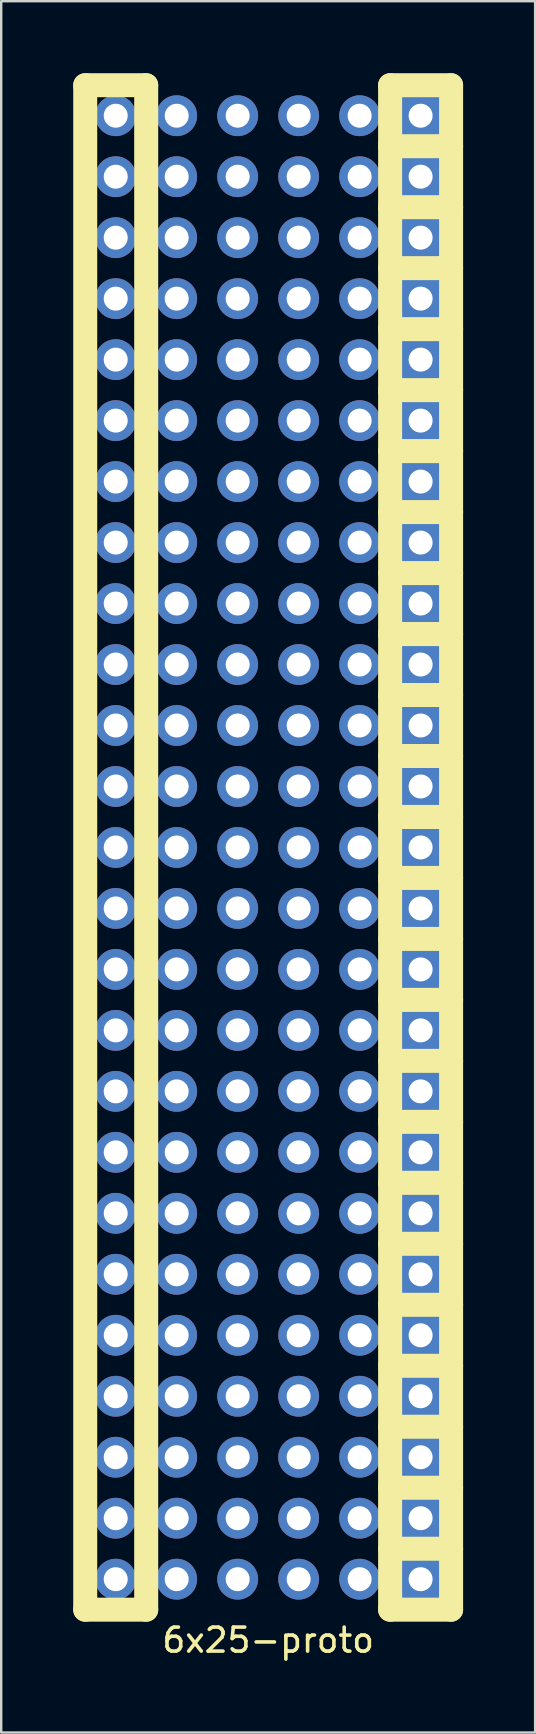
<source format=kicad_pcb>
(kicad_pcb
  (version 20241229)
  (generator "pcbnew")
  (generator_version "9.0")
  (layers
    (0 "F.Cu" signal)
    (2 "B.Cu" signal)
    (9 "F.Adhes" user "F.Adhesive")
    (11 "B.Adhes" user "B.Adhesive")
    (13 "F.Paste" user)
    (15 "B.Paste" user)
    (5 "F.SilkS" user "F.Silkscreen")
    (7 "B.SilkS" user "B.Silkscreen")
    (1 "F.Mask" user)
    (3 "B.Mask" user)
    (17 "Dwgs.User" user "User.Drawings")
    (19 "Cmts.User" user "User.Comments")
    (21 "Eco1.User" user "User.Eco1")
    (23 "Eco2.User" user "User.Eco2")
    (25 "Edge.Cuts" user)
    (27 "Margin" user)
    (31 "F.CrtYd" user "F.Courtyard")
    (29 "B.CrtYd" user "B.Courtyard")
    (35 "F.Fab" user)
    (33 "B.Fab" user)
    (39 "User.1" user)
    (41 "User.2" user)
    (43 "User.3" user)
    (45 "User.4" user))
  (footprint "6x25-proto"
    (layer "F.Cu")
    (at 8.12 32.25)
    (property "Reference" "6x25-proto" (at 0 33.02 0) (layer "F.SilkS") (effects (font (size 1 1) (thickness 0.15))))
    (attr through_hole)
    (fp_line (start -7.62 -31.75) (end -7.62 31.75) (stroke (width 1) (type solid)) (layer "F.SilkS"))
    (fp_line (start -7.62 31.75) (end -5.08 31.75) (stroke (width 1) (type solid)) (layer "F.SilkS"))
    (fp_line (start -5.08 -31.75) (end -7.62 -31.75) (stroke (width 1) (type solid)) (layer "F.SilkS"))
    (fp_line (start -5.08 31.75) (end -5.08 -31.75) (stroke (width 1) (type solid)) (layer "F.SilkS"))
    (fp_line (start 5.08 -31.75) (end 5.08 31.75) (stroke (width 1) (type solid)) (layer "F.SilkS"))
    (fp_line (start 5.08 -29.21) (end 7.62 -29.21) (stroke (width 1) (type solid)) (layer "F.SilkS"))
    (fp_line (start 5.08 -26.67) (end 7.62 -26.67) (stroke (width 1) (type solid)) (layer "F.SilkS"))
    (fp_line (start 5.08 -24.13) (end 7.62 -24.13) (stroke (width 1) (type solid)) (layer "F.SilkS"))
    (fp_line (start 5.08 -21.59) (end 7.62 -21.59) (stroke (width 1) (type solid)) (layer "F.SilkS"))
    (fp_line (start 5.08 -19.05) (end 7.62 -19.05) (stroke (width 1) (type solid)) (layer "F.SilkS"))
    (fp_line (start 5.08 -16.51) (end 7.62 -16.51) (stroke (width 1) (type solid)) (layer "F.SilkS"))
    (fp_line (start 5.08 -13.97) (end 7.62 -13.97) (stroke (width 1) (type solid)) (layer "F.SilkS"))
    (fp_line (start 5.08 -11.43) (end 7.62 -11.43) (stroke (width 1) (type solid)) (layer "F.SilkS"))
    (fp_line (start 5.08 -8.89) (end 7.62 -8.89) (stroke (width 1) (type solid)) (layer "F.SilkS"))
    (fp_line (start 5.08 -6.35) (end 7.62 -6.35) (stroke (width 1) (type solid)) (layer "F.SilkS"))
    (fp_line (start 5.08 -3.81) (end 7.62 -3.81) (stroke (width 1) (type solid)) (layer "F.SilkS"))
    (fp_line (start 5.08 -1.27) (end 7.62 -1.27) (stroke (width 1) (type solid)) (layer "F.SilkS"))
    (fp_line (start 5.08 1.27) (end 7.62 1.27) (stroke (width 1) (type solid)) (layer "F.SilkS"))
    (fp_line (start 5.08 3.81) (end 7.62 3.81) (stroke (width 1) (type solid)) (layer "F.SilkS"))
    (fp_line (start 5.08 6.35) (end 7.62 6.35) (stroke (width 1) (type solid)) (layer "F.SilkS"))
    (fp_line (start 5.08 8.89) (end 7.62 8.89) (stroke (width 1) (type solid)) (layer "F.SilkS"))
    (fp_line (start 5.08 11.43) (end 7.62 11.43) (stroke (width 1) (type solid)) (layer "F.SilkS"))
    (fp_line (start 5.08 13.97) (end 7.62 13.97) (stroke (width 1) (type solid)) (layer "F.SilkS"))
    (fp_line (start 5.08 16.51) (end 7.62 16.51) (stroke (width 1) (type solid)) (layer "F.SilkS"))
    (fp_line (start 5.08 19.05) (end 7.62 19.05) (stroke (width 1) (type solid)) (layer "F.SilkS"))
    (fp_line (start 5.08 21.59) (end 7.62 21.59) (stroke (width 1) (type solid)) (layer "F.SilkS"))
    (fp_line (start 5.08 24.13) (end 7.62 24.13) (stroke (width 1) (type solid)) (layer "F.SilkS"))
    (fp_line (start 5.08 26.67) (end 7.62 26.67) (stroke (width 1) (type solid)) (layer "F.SilkS"))
    (fp_line (start 5.08 29.21) (end 7.62 29.21) (stroke (width 1) (type solid)) (layer "F.SilkS"))
    (fp_line (start 5.08 31.75) (end 7.62 31.75) (stroke (width 1) (type solid)) (layer "F.SilkS"))
    (fp_line (start 7.62 -31.75) (end 5.08 -31.75) (stroke (width 1) (type solid)) (layer "F.SilkS"))
    (fp_line (start 7.62 31.75) (end 7.62 -31.75) (stroke (width 1) (type solid)) (layer "F.SilkS"))
    (pad "" thru_hole circle (at -3.81 -30.48) (size 1.7 1.7) (drill 1) (layers "*.Cu" "*.Mask"))
    (pad "" thru_hole circle (at -3.81 -27.94) (size 1.7 1.7) (drill 1) (layers "*.Cu" "*.Mask"))
    (pad "" thru_hole circle (at -3.81 -25.4) (size 1.7 1.7) (drill 1) (layers "*.Cu" "*.Mask"))
    (pad "" thru_hole circle (at -3.81 -22.86) (size 1.7 1.7) (drill 1) (layers "*.Cu" "*.Mask"))
    (pad "" thru_hole circle (at -3.81 -20.32) (size 1.7 1.7) (drill 1) (layers "*.Cu" "*.Mask"))
    (pad "" thru_hole circle (at -3.81 -17.78) (size 1.7 1.7) (drill 1) (layers "*.Cu" "*.Mask"))
    (pad "" thru_hole circle (at -3.81 -15.24) (size 1.7 1.7) (drill 1) (layers "*.Cu" "*.Mask"))
    (pad "" thru_hole circle (at -3.81 -12.7) (size 1.7 1.7) (drill 1) (layers "*.Cu" "*.Mask"))
    (pad "" thru_hole circle (at -3.81 -10.16) (size 1.7 1.7) (drill 1) (layers "*.Cu" "*.Mask"))
    (pad "" thru_hole circle (at -3.81 -7.62) (size 1.7 1.7) (drill 1) (layers "*.Cu" "*.Mask"))
    (pad "" thru_hole circle (at -3.81 -5.08) (size 1.7 1.7) (drill 1) (layers "*.Cu" "*.Mask"))
    (pad "" thru_hole circle (at -3.81 -2.54) (size 1.7 1.7) (drill 1) (layers "*.Cu" "*.Mask"))
    (pad "" thru_hole circle (at -3.81 0) (size 1.7 1.7) (drill 1) (layers "*.Cu" "*.Mask"))
    (pad "" thru_hole circle (at -3.81 2.54) (size 1.7 1.7) (drill 1) (layers "*.Cu" "*.Mask"))
    (pad "" thru_hole circle (at -3.81 5.08) (size 1.7 1.7) (drill 1) (layers "*.Cu" "*.Mask"))
    (pad "" thru_hole circle (at -3.81 7.62) (size 1.7 1.7) (drill 1) (layers "*.Cu" "*.Mask"))
    (pad "" thru_hole circle (at -3.81 10.16) (size 1.7 1.7) (drill 1) (layers "*.Cu" "*.Mask"))
    (pad "" thru_hole circle (at -3.81 12.7) (size 1.7 1.7) (drill 1) (layers "*.Cu" "*.Mask"))
    (pad "" thru_hole circle (at -3.81 15.24) (size 1.7 1.7) (drill 1) (layers "*.Cu" "*.Mask"))
    (pad "" thru_hole circle (at -3.81 17.78) (size 1.7 1.7) (drill 1) (layers "*.Cu" "*.Mask"))
    (pad "" thru_hole circle (at -3.81 20.32) (size 1.7 1.7) (drill 1) (layers "*.Cu" "*.Mask"))
    (pad "" thru_hole circle (at -3.81 22.86) (size 1.7 1.7) (drill 1) (layers "*.Cu" "*.Mask"))
    (pad "" thru_hole circle (at -3.81 25.4) (size 1.7 1.7) (drill 1) (layers "*.Cu" "*.Mask"))
    (pad "" thru_hole circle (at -3.81 27.94) (size 1.7 1.7) (drill 1) (layers "*.Cu" "*.Mask"))
    (pad "" thru_hole circle (at -3.81 30.48) (size 1.7 1.7) (drill 1) (layers "*.Cu" "*.Mask"))
    (pad "" thru_hole circle (at -1.27 -30.48) (size 1.7 1.7) (drill 1) (layers "*.Cu" "*.Mask"))
    (pad "" thru_hole circle (at -1.27 -27.94) (size 1.7 1.7) (drill 1) (layers "*.Cu" "*.Mask"))
    (pad "" thru_hole circle (at -1.27 -25.4) (size 1.7 1.7) (drill 1) (layers "*.Cu" "*.Mask"))
    (pad "" thru_hole circle (at -1.27 -22.86) (size 1.7 1.7) (drill 1) (layers "*.Cu" "*.Mask"))
    (pad "" thru_hole circle (at -1.27 -20.32) (size 1.7 1.7) (drill 1) (layers "*.Cu" "*.Mask"))
    (pad "" thru_hole circle (at -1.27 -17.78) (size 1.7 1.7) (drill 1) (layers "*.Cu" "*.Mask"))
    (pad "" thru_hole circle (at -1.27 -15.24) (size 1.7 1.7) (drill 1) (layers "*.Cu" "*.Mask"))
    (pad "" thru_hole circle (at -1.27 -12.7) (size 1.7 1.7) (drill 1) (layers "*.Cu" "*.Mask"))
    (pad "" thru_hole circle (at -1.27 -10.16) (size 1.7 1.7) (drill 1) (layers "*.Cu" "*.Mask"))
    (pad "" thru_hole circle (at -1.27 -7.62) (size 1.7 1.7) (drill 1) (layers "*.Cu" "*.Mask"))
    (pad "" thru_hole circle (at -1.27 -5.08) (size 1.7 1.7) (drill 1) (layers "*.Cu" "*.Mask"))
    (pad "" thru_hole circle (at -1.27 -2.54) (size 1.7 1.7) (drill 1) (layers "*.Cu" "*.Mask"))
    (pad "" thru_hole circle (at -1.27 0) (size 1.7 1.7) (drill 1) (layers "*.Cu" "*.Mask"))
    (pad "" thru_hole circle (at -1.27 2.54) (size 1.7 1.7) (drill 1) (layers "*.Cu" "*.Mask"))
    (pad "" thru_hole circle (at -1.27 5.08) (size 1.7 1.7) (drill 1) (layers "*.Cu" "*.Mask"))
    (pad "" thru_hole circle (at -1.27 7.62) (size 1.7 1.7) (drill 1) (layers "*.Cu" "*.Mask"))
    (pad "" thru_hole circle (at -1.27 10.16) (size 1.7 1.7) (drill 1) (layers "*.Cu" "*.Mask"))
    (pad "" thru_hole circle (at -1.27 12.7) (size 1.7 1.7) (drill 1) (layers "*.Cu" "*.Mask"))
    (pad "" thru_hole circle (at -1.27 15.24) (size 1.7 1.7) (drill 1) (layers "*.Cu" "*.Mask"))
    (pad "" thru_hole circle (at -1.27 17.78) (size 1.7 1.7) (drill 1) (layers "*.Cu" "*.Mask"))
    (pad "" thru_hole circle (at -1.27 20.32) (size 1.7 1.7) (drill 1) (layers "*.Cu" "*.Mask"))
    (pad "" thru_hole circle (at -1.27 22.86) (size 1.7 1.7) (drill 1) (layers "*.Cu" "*.Mask"))
    (pad "" thru_hole circle (at -1.27 25.4) (size 1.7 1.7) (drill 1) (layers "*.Cu" "*.Mask"))
    (pad "" thru_hole circle (at -1.27 27.94) (size 1.7 1.7) (drill 1) (layers "*.Cu" "*.Mask"))
    (pad "" thru_hole circle (at -1.27 30.48) (size 1.7 1.7) (drill 1) (layers "*.Cu" "*.Mask"))
    (pad "" thru_hole circle (at 1.27 -30.48) (size 1.7 1.7) (drill 1) (layers "*.Cu" "*.Mask"))
    (pad "" thru_hole circle (at 1.27 -27.94) (size 1.7 1.7) (drill 1) (layers "*.Cu" "*.Mask"))
    (pad "" thru_hole circle (at 1.27 -25.4) (size 1.7 1.7) (drill 1) (layers "*.Cu" "*.Mask"))
    (pad "" thru_hole circle (at 1.27 -22.86) (size 1.7 1.7) (drill 1) (layers "*.Cu" "*.Mask"))
    (pad "" thru_hole circle (at 1.27 -20.32) (size 1.7 1.7) (drill 1) (layers "*.Cu" "*.Mask"))
    (pad "" thru_hole circle (at 1.27 -17.78) (size 1.7 1.7) (drill 1) (layers "*.Cu" "*.Mask"))
    (pad "" thru_hole circle (at 1.27 -15.24) (size 1.7 1.7) (drill 1) (layers "*.Cu" "*.Mask"))
    (pad "" thru_hole circle (at 1.27 -12.7) (size 1.7 1.7) (drill 1) (layers "*.Cu" "*.Mask"))
    (pad "" thru_hole circle (at 1.27 -10.16) (size 1.7 1.7) (drill 1) (layers "*.Cu" "*.Mask"))
    (pad "" thru_hole circle (at 1.27 -7.62) (size 1.7 1.7) (drill 1) (layers "*.Cu" "*.Mask"))
    (pad "" thru_hole circle (at 1.27 -5.08) (size 1.7 1.7) (drill 1) (layers "*.Cu" "*.Mask"))
    (pad "" thru_hole circle (at 1.27 -2.54) (size 1.7 1.7) (drill 1) (layers "*.Cu" "*.Mask"))
    (pad "" thru_hole circle (at 1.27 0) (size 1.7 1.7) (drill 1) (layers "*.Cu" "*.Mask"))
    (pad "" thru_hole circle (at 1.27 2.54) (size 1.7 1.7) (drill 1) (layers "*.Cu" "*.Mask"))
    (pad "" thru_hole circle (at 1.27 5.08) (size 1.7 1.7) (drill 1) (layers "*.Cu" "*.Mask"))
    (pad "" thru_hole circle (at 1.27 7.62) (size 1.7 1.7) (drill 1) (layers "*.Cu" "*.Mask"))
    (pad "" thru_hole circle (at 1.27 10.16) (size 1.7 1.7) (drill 1) (layers "*.Cu" "*.Mask"))
    (pad "" thru_hole circle (at 1.27 12.7) (size 1.7 1.7) (drill 1) (layers "*.Cu" "*.Mask"))
    (pad "" thru_hole circle (at 1.27 15.24) (size 1.7 1.7) (drill 1) (layers "*.Cu" "*.Mask"))
    (pad "" thru_hole circle (at 1.27 17.78) (size 1.7 1.7) (drill 1) (layers "*.Cu" "*.Mask"))
    (pad "" thru_hole circle (at 1.27 20.32) (size 1.7 1.7) (drill 1) (layers "*.Cu" "*.Mask"))
    (pad "" thru_hole circle (at 1.27 22.86) (size 1.7 1.7) (drill 1) (layers "*.Cu" "*.Mask"))
    (pad "" thru_hole circle (at 1.27 25.4) (size 1.7 1.7) (drill 1) (layers "*.Cu" "*.Mask"))
    (pad "" thru_hole circle (at 1.27 27.94) (size 1.7 1.7) (drill 1) (layers "*.Cu" "*.Mask"))
    (pad "" thru_hole circle (at 1.27 30.48) (size 1.7 1.7) (drill 1) (layers "*.Cu" "*.Mask"))
    (pad "" thru_hole circle (at 3.81 -30.48) (size 1.7 1.7) (drill 1) (layers "*.Cu" "*.Mask"))
    (pad "" thru_hole circle (at 3.81 -27.94) (size 1.7 1.7) (drill 1) (layers "*.Cu" "*.Mask"))
    (pad "" thru_hole circle (at 3.81 -25.4) (size 1.7 1.7) (drill 1) (layers "*.Cu" "*.Mask"))
    (pad "" thru_hole circle (at 3.81 -22.86) (size 1.7 1.7) (drill 1) (layers "*.Cu" "*.Mask"))
    (pad "" thru_hole circle (at 3.81 -20.32) (size 1.7 1.7) (drill 1) (layers "*.Cu" "*.Mask"))
    (pad "" thru_hole circle (at 3.81 -17.78) (size 1.7 1.7) (drill 1) (layers "*.Cu" "*.Mask"))
    (pad "" thru_hole circle (at 3.81 -15.24) (size 1.7 1.7) (drill 1) (layers "*.Cu" "*.Mask"))
    (pad "" thru_hole circle (at 3.81 -12.7) (size 1.7 1.7) (drill 1) (layers "*.Cu" "*.Mask"))
    (pad "" thru_hole circle (at 3.81 -10.16) (size 1.7 1.7) (drill 1) (layers "*.Cu" "*.Mask"))
    (pad "" thru_hole circle (at 3.81 -7.62) (size 1.7 1.7) (drill 1) (layers "*.Cu" "*.Mask"))
    (pad "" thru_hole circle (at 3.81 -5.08) (size 1.7 1.7) (drill 1) (layers "*.Cu" "*.Mask"))
    (pad "" thru_hole circle (at 3.81 -2.54) (size 1.7 1.7) (drill 1) (layers "*.Cu" "*.Mask"))
    (pad "" thru_hole circle (at 3.81 0) (size 1.7 1.7) (drill 1) (layers "*.Cu" "*.Mask"))
    (pad "" thru_hole circle (at 3.81 2.54) (size 1.7 1.7) (drill 1) (layers "*.Cu" "*.Mask"))
    (pad "" thru_hole circle (at 3.81 5.08) (size 1.7 1.7) (drill 1) (layers "*.Cu" "*.Mask"))
    (pad "" thru_hole circle (at 3.81 7.62) (size 1.7 1.7) (drill 1) (layers "*.Cu" "*.Mask"))
    (pad "" thru_hole circle (at 3.81 10.16) (size 1.7 1.7) (drill 1) (layers "*.Cu" "*.Mask"))
    (pad "" thru_hole circle (at 3.81 12.7) (size 1.7 1.7) (drill 1) (layers "*.Cu" "*.Mask"))
    (pad "" thru_hole circle (at 3.81 15.24) (size 1.7 1.7) (drill 1) (layers "*.Cu" "*.Mask"))
    (pad "" thru_hole circle (at 3.81 17.78) (size 1.7 1.7) (drill 1) (layers "*.Cu" "*.Mask"))
    (pad "" thru_hole circle (at 3.81 20.32) (size 1.7 1.7) (drill 1) (layers "*.Cu" "*.Mask"))
    (pad "" thru_hole circle (at 3.81 22.86) (size 1.7 1.7) (drill 1) (layers "*.Cu" "*.Mask"))
    (pad "" thru_hole circle (at 3.81 25.4) (size 1.7 1.7) (drill 1) (layers "*.Cu" "*.Mask"))
    (pad "" thru_hole circle (at 3.81 27.94) (size 1.7 1.7) (drill 1) (layers "*.Cu" "*.Mask"))
    (pad "" thru_hole circle (at 3.81 30.48) (size 1.7 1.7) (drill 1) (layers "*.Cu" "*.Mask"))
    (pad "1" thru_hole circle (at -6.35 -30.48) (size 1.7 1.7) (drill 1) (layers "*.Cu" "*.Mask"))
    (pad "1" thru_hole circle (at -6.35 -27.94) (size 1.7 1.7) (drill 1) (layers "*.Cu" "*.Mask"))
    (pad "1" thru_hole circle (at -6.35 -25.4) (size 1.7 1.7) (drill 1) (layers "*.Cu" "*.Mask"))
    (pad "1" thru_hole circle (at -6.35 -22.86) (size 1.7 1.7) (drill 1) (layers "*.Cu" "*.Mask"))
    (pad "1" thru_hole circle (at -6.35 -20.32) (size 1.7 1.7) (drill 1) (layers "*.Cu" "*.Mask"))
    (pad "1" thru_hole circle (at -6.35 -17.78) (size 1.7 1.7) (drill 1) (layers "*.Cu" "*.Mask"))
    (pad "1" thru_hole circle (at -6.35 -15.24) (size 1.7 1.7) (drill 1) (layers "*.Cu" "*.Mask"))
    (pad "1" thru_hole circle (at -6.35 -12.7) (size 1.7 1.7) (drill 1) (layers "*.Cu" "*.Mask"))
    (pad "1" thru_hole circle (at -6.35 -10.16) (size 1.7 1.7) (drill 1) (layers "*.Cu" "*.Mask"))
    (pad "1" thru_hole circle (at -6.35 -7.62) (size 1.7 1.7) (drill 1) (layers "*.Cu" "*.Mask"))
    (pad "1" thru_hole circle (at -6.35 -5.08) (size 1.7 1.7) (drill 1) (layers "*.Cu" "*.Mask"))
    (pad "1" thru_hole circle (at -6.35 -2.54) (size 1.7 1.7) (drill 1) (layers "*.Cu" "*.Mask"))
    (pad "1" thru_hole circle (at -6.35 0) (size 1.7 1.7) (drill 1) (layers "*.Cu" "*.Mask"))
    (pad "1" thru_hole circle (at -6.35 2.54) (size 1.7 1.7) (drill 1) (layers "*.Cu" "*.Mask"))
    (pad "1" thru_hole circle (at -6.35 5.08) (size 1.7 1.7) (drill 1) (layers "*.Cu" "*.Mask"))
    (pad "1" thru_hole circle (at -6.35 7.62) (size 1.7 1.7) (drill 1) (layers "*.Cu" "*.Mask"))
    (pad "1" thru_hole circle (at -6.35 10.16) (size 1.7 1.7) (drill 1) (layers "*.Cu" "*.Mask"))
    (pad "1" thru_hole circle (at -6.35 12.7) (size 1.7 1.7) (drill 1) (layers "*.Cu" "*.Mask"))
    (pad "1" thru_hole circle (at -6.35 15.24) (size 1.7 1.7) (drill 1) (layers "*.Cu" "*.Mask"))
    (pad "1" thru_hole circle (at -6.35 17.78) (size 1.7 1.7) (drill 1) (layers "*.Cu" "*.Mask"))
    (pad "1" thru_hole circle (at -6.35 20.32) (size 1.7 1.7) (drill 1) (layers "*.Cu" "*.Mask"))
    (pad "1" thru_hole circle (at -6.35 22.86) (size 1.7 1.7) (drill 1) (layers "*.Cu" "*.Mask"))
    (pad "1" thru_hole circle (at -6.35 25.4) (size 1.7 1.7) (drill 1) (layers "*.Cu" "*.Mask"))
    (pad "1" thru_hole circle (at -6.35 27.94) (size 1.7 1.7) (drill 1) (layers "*.Cu" "*.Mask"))
    (pad "1" thru_hole circle (at -6.35 30.48) (size 1.7 1.7) (drill 1) (layers "*.Cu" "*.Mask"))
    (pad "2" thru_hole rect (at 6.35 -30.48) (size 1.7 1.7) (drill 1) (layers "*.Cu" "*.Mask"))
    (pad "2" thru_hole rect (at 6.35 -27.94) (size 1.7 1.7) (drill 1) (layers "*.Cu" "*.Mask"))
    (pad "2" thru_hole rect (at 6.35 -25.4) (size 1.7 1.7) (drill 1) (layers "*.Cu" "*.Mask"))
    (pad "2" thru_hole rect (at 6.35 -22.86) (size 1.7 1.7) (drill 1) (layers "*.Cu" "*.Mask"))
    (pad "2" thru_hole rect (at 6.35 -20.32) (size 1.7 1.7) (drill 1) (layers "*.Cu" "*.Mask"))
    (pad "2" thru_hole rect (at 6.35 -17.78) (size 1.7 1.7) (drill 1) (layers "*.Cu" "*.Mask"))
    (pad "2" thru_hole rect (at 6.35 -15.24) (size 1.7 1.7) (drill 1) (layers "*.Cu" "*.Mask"))
    (pad "2" thru_hole rect (at 6.35 -12.7) (size 1.7 1.7) (drill 1) (layers "*.Cu" "*.Mask"))
    (pad "2" thru_hole rect (at 6.35 -10.16) (size 1.7 1.7) (drill 1) (layers "*.Cu" "*.Mask"))
    (pad "2" thru_hole rect (at 6.35 -7.62) (size 1.7 1.7) (drill 1) (layers "*.Cu" "*.Mask"))
    (pad "2" thru_hole rect (at 6.35 -5.08) (size 1.7 1.7) (drill 1) (layers "*.Cu" "*.Mask"))
    (pad "2" thru_hole rect (at 6.35 -2.54) (size 1.7 1.7) (drill 1) (layers "*.Cu" "*.Mask"))
    (pad "2" thru_hole rect (at 6.35 0) (size 1.7 1.7) (drill 1) (layers "*.Cu" "*.Mask"))
    (pad "2" thru_hole rect (at 6.35 2.54) (size 1.7 1.7) (drill 1) (layers "*.Cu" "*.Mask"))
    (pad "2" thru_hole rect (at 6.35 5.08) (size 1.7 1.7) (drill 1) (layers "*.Cu" "*.Mask"))
    (pad "2" thru_hole rect (at 6.35 7.62) (size 1.7 1.7) (drill 1) (layers "*.Cu" "*.Mask"))
    (pad "2" thru_hole rect (at 6.35 10.16) (size 1.7 1.7) (drill 1) (layers "*.Cu" "*.Mask"))
    (pad "2" thru_hole rect (at 6.35 12.7) (size 1.7 1.7) (drill 1) (layers "*.Cu" "*.Mask"))
    (pad "2" thru_hole rect (at 6.35 15.24) (size 1.7 1.7) (drill 1) (layers "*.Cu" "*.Mask"))
    (pad "2" thru_hole rect (at 6.35 17.78) (size 1.7 1.7) (drill 1) (layers "*.Cu" "*.Mask"))
    (pad "2" thru_hole rect (at 6.35 20.32) (size 1.7 1.7) (drill 1) (layers "*.Cu" "*.Mask"))
    (pad "2" thru_hole rect (at 6.35 22.86) (size 1.7 1.7) (drill 1) (layers "*.Cu" "*.Mask"))
    (pad "2" thru_hole rect (at 6.35 25.4) (size 1.7 1.7) (drill 1) (layers "*.Cu" "*.Mask"))
    (pad "2" thru_hole rect (at 6.35 27.94) (size 1.7 1.7) (drill 1) (layers "*.Cu" "*.Mask"))
    (pad "2" thru_hole rect (at 6.35 30.48) (size 1.7 1.7) (drill 1) (layers "*.Cu" "*.Mask")))
  (gr_rect
    (start -3 -3)
    (end 19.24 69.118)
    (stroke (width 0.1) (type default))
    (fill no)
    (layer "Edge.Cuts")))
</source>
